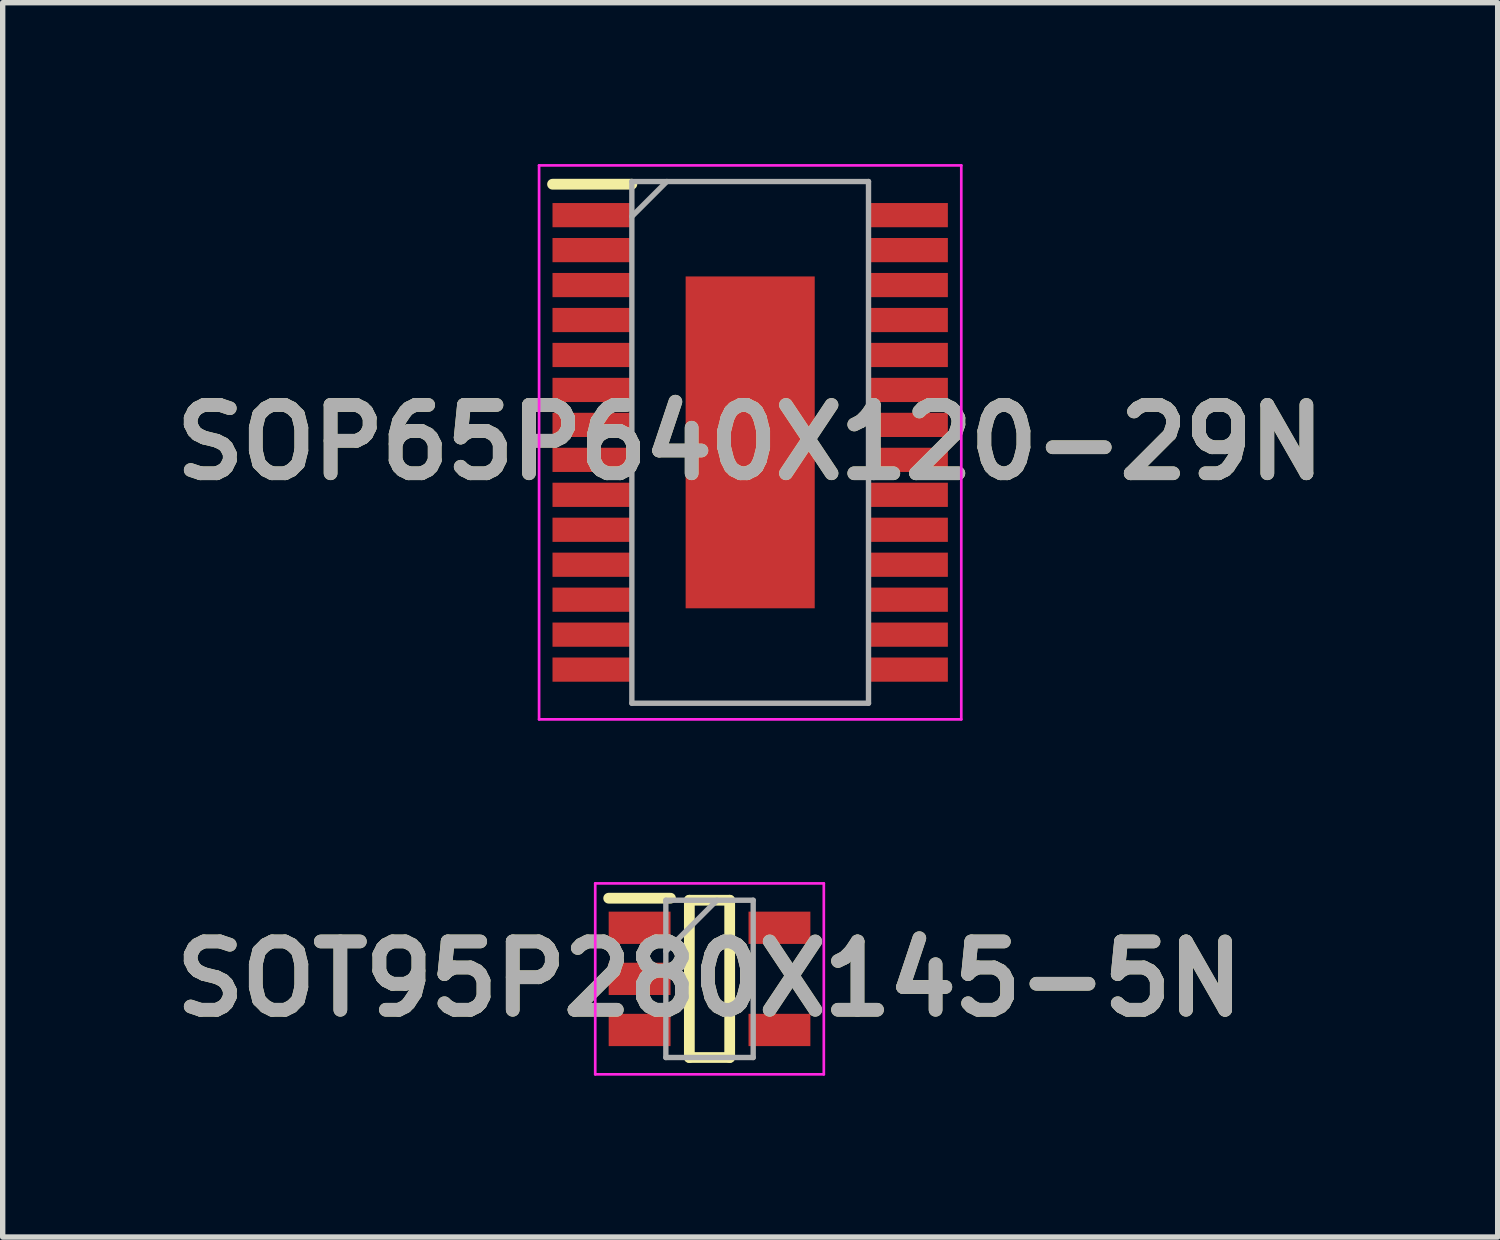
<source format=kicad_pcb>
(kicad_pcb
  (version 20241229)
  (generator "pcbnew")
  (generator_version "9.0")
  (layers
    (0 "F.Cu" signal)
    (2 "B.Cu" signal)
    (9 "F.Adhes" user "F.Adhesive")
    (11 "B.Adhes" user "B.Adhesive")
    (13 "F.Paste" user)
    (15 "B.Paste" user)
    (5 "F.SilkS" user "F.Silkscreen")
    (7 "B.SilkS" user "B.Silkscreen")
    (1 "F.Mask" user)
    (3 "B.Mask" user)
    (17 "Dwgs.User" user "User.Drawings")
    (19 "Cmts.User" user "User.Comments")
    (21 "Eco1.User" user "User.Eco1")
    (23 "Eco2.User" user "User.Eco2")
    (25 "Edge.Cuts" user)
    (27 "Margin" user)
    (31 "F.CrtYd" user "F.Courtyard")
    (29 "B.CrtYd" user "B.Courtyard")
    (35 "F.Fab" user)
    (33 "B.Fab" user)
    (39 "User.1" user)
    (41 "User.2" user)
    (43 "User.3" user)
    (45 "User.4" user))
  (footprint "SOP65P640X120-29N"
    (layer "F.Cu")
    (at 10.898 5.175)
    (property "Reference" "SOP65P640X120-29N" (at 0 0 0) (layer "F.SilkS") (effects (font (size 1.27 1.27) (thickness 0.254))))
    (attr smd)
    (fp_line (start -3.675 -4.8) (end -2.2 -4.8) (stroke (width 0.2) (type solid)) (layer "F.SilkS"))
    (fp_line (start -3.925 -5.15) (end 3.925 -5.15) (stroke (width 0.05) (type solid)) (layer "F.CrtYd"))
    (fp_line (start -3.925 5.15) (end -3.925 -5.15) (stroke (width 0.05) (type solid)) (layer "F.CrtYd"))
    (fp_line (start 3.925 -5.15) (end 3.925 5.15) (stroke (width 0.05) (type solid)) (layer "F.CrtYd"))
    (fp_line (start 3.925 5.15) (end -3.925 5.15) (stroke (width 0.05) (type solid)) (layer "F.CrtYd"))
    (fp_line (start -2.2 -4.85) (end 2.2 -4.85) (stroke (width 0.1) (type solid)) (layer "F.Fab"))
    (fp_line (start -2.2 -4.2) (end -1.55 -4.85) (stroke (width 0.1) (type solid)) (layer "F.Fab"))
    (fp_line (start -2.2 4.85) (end -2.2 -4.85) (stroke (width 0.1) (type solid)) (layer "F.Fab"))
    (fp_line (start 2.2 -4.85) (end 2.2 4.85) (stroke (width 0.1) (type solid)) (layer "F.Fab"))
    (fp_line (start 2.2 4.85) (end -2.2 4.85) (stroke (width 0.1) (type solid)) (layer "F.Fab"))
    (fp_text user "${REFERENCE}" (at 0 0 0) (layer "F.Fab") (effects (font (size 1.27 1.27) (thickness 0.254))))
    (pad "1" smd rect (at -2.938 -4.225 90) (size 0.45 1.475) (layers "F.Cu" "F.Mask" "F.Paste"))
    (pad "2" smd rect (at -2.938 -3.575 90) (size 0.45 1.475) (layers "F.Cu" "F.Mask" "F.Paste"))
    (pad "3" smd rect (at -2.938 -2.925 90) (size 0.45 1.475) (layers "F.Cu" "F.Mask" "F.Paste"))
    (pad "4" smd rect (at -2.938 -2.275 90) (size 0.45 1.475) (layers "F.Cu" "F.Mask" "F.Paste"))
    (pad "5" smd rect (at -2.938 -1.625 90) (size 0.45 1.475) (layers "F.Cu" "F.Mask" "F.Paste"))
    (pad "6" smd rect (at -2.938 -0.975 90) (size 0.45 1.475) (layers "F.Cu" "F.Mask" "F.Paste"))
    (pad "7" smd rect (at -2.938 -0.325 90) (size 0.45 1.475) (layers "F.Cu" "F.Mask" "F.Paste"))
    (pad "8" smd rect (at -2.938 0.325 90) (size 0.45 1.475) (layers "F.Cu" "F.Mask" "F.Paste"))
    (pad "9" smd rect (at -2.938 0.975 90) (size 0.45 1.475) (layers "F.Cu" "F.Mask" "F.Paste"))
    (pad "10" smd rect (at -2.938 1.625 90) (size 0.45 1.475) (layers "F.Cu" "F.Mask" "F.Paste"))
    (pad "11" smd rect (at -2.938 2.275 90) (size 0.45 1.475) (layers "F.Cu" "F.Mask" "F.Paste"))
    (pad "12" smd rect (at -2.938 2.925 90) (size 0.45 1.475) (layers "F.Cu" "F.Mask" "F.Paste"))
    (pad "13" smd rect (at -2.938 3.575 90) (size 0.45 1.475) (layers "F.Cu" "F.Mask" "F.Paste"))
    (pad "14" smd rect (at -2.938 4.225 90) (size 0.45 1.475) (layers "F.Cu" "F.Mask" "F.Paste"))
    (pad "15" smd rect (at 2.938 4.225 90) (size 0.45 1.475) (layers "F.Cu" "F.Mask" "F.Paste"))
    (pad "16" smd rect (at 2.938 3.575 90) (size 0.45 1.475) (layers "F.Cu" "F.Mask" "F.Paste"))
    (pad "17" smd rect (at 2.938 2.925 90) (size 0.45 1.475) (layers "F.Cu" "F.Mask" "F.Paste"))
    (pad "18" smd rect (at 2.938 2.275 90) (size 0.45 1.475) (layers "F.Cu" "F.Mask" "F.Paste"))
    (pad "19" smd rect (at 2.938 1.625 90) (size 0.45 1.475) (layers "F.Cu" "F.Mask" "F.Paste"))
    (pad "20" smd rect (at 2.938 0.975 90) (size 0.45 1.475) (layers "F.Cu" "F.Mask" "F.Paste"))
    (pad "21" smd rect (at 2.938 0.325 90) (size 0.45 1.475) (layers "F.Cu" "F.Mask" "F.Paste"))
    (pad "22" smd rect (at 2.938 -0.325 90) (size 0.45 1.475) (layers "F.Cu" "F.Mask" "F.Paste"))
    (pad "23" smd rect (at 2.938 -0.975 90) (size 0.45 1.475) (layers "F.Cu" "F.Mask" "F.Paste"))
    (pad "24" smd rect (at 2.938 -1.625 90) (size 0.45 1.475) (layers "F.Cu" "F.Mask" "F.Paste"))
    (pad "25" smd rect (at 2.938 -2.275 90) (size 0.45 1.475) (layers "F.Cu" "F.Mask" "F.Paste"))
    (pad "26" smd rect (at 2.938 -2.925 90) (size 0.45 1.475) (layers "F.Cu" "F.Mask" "F.Paste"))
    (pad "27" smd rect (at 2.938 -3.575 90) (size 0.45 1.475) (layers "F.Cu" "F.Mask" "F.Paste"))
    (pad "28" smd rect (at 2.938 -4.225 90) (size 0.45 1.475) (layers "F.Cu" "F.Mask" "F.Paste"))
    (pad "29" smd rect (at 0 0) (size 2.4 6.17) (layers "F.Cu" "F.Mask" "F.Paste")))
  (footprint "SOT95P280X145-5N"
    (layer "F.Cu")
    (at 10.142 15.15)
    (property "Reference" "SOT95P280X145-5N" (at 0 0 0) (layer "F.SilkS") (effects (font (size 1.27 1.27) (thickness 0.254))))
    (attr smd)
    (fp_line (start -1.875 -1.5) (end -0.725 -1.5) (stroke (width 0.2) (type solid)) (layer "F.SilkS"))
    (fp_line (start -0.375 -1.462) (end 0.375 -1.462) (stroke (width 0.2) (type solid)) (layer "F.SilkS"))
    (fp_line (start -0.375 1.462) (end -0.375 -1.462) (stroke (width 0.2) (type solid)) (layer "F.SilkS"))
    (fp_line (start 0.375 -1.462) (end 0.375 1.462) (stroke (width 0.2) (type solid)) (layer "F.SilkS"))
    (fp_line (start 0.375 1.462) (end -0.375 1.462) (stroke (width 0.2) (type solid)) (layer "F.SilkS"))
    (fp_line (start -2.125 -1.775) (end 2.125 -1.775) (stroke (width 0.05) (type solid)) (layer "F.CrtYd"))
    (fp_line (start -2.125 1.775) (end -2.125 -1.775) (stroke (width 0.05) (type solid)) (layer "F.CrtYd"))
    (fp_line (start 2.125 -1.775) (end 2.125 1.775) (stroke (width 0.05) (type solid)) (layer "F.CrtYd"))
    (fp_line (start 2.125 1.775) (end -2.125 1.775) (stroke (width 0.05) (type solid)) (layer "F.CrtYd"))
    (fp_line (start -0.812 -1.462) (end 0.812 -1.462) (stroke (width 0.1) (type solid)) (layer "F.Fab"))
    (fp_line (start -0.812 -0.512) (end 0.138 -1.462) (stroke (width 0.1) (type solid)) (layer "F.Fab"))
    (fp_line (start -0.812 1.462) (end -0.812 -1.462) (stroke (width 0.1) (type solid)) (layer "F.Fab"))
    (fp_line (start 0.812 -1.462) (end 0.812 1.462) (stroke (width 0.1) (type solid)) (layer "F.Fab"))
    (fp_line (start 0.812 1.462) (end -0.812 1.462) (stroke (width 0.1) (type solid)) (layer "F.Fab"))
    (fp_text user "${REFERENCE}" (at 0 0 0) (layer "F.Fab") (effects (font (size 1.27 1.27) (thickness 0.254))))
    (pad "1" smd rect (at -1.3 -0.95 90) (size 0.6 1.15) (layers "F.Cu" "F.Mask" "F.Paste"))
    (pad "2" smd rect (at -1.3 0 90) (size 0.6 1.15) (layers "F.Cu" "F.Mask" "F.Paste"))
    (pad "3" smd rect (at -1.3 0.95 90) (size 0.6 1.15) (layers "F.Cu" "F.Mask" "F.Paste"))
    (pad "4" smd rect (at 1.3 0.95 90) (size 0.6 1.15) (layers "F.Cu" "F.Mask" "F.Paste"))
    (pad "5" smd rect (at 1.3 -0.95 90) (size 0.6 1.15) (layers "F.Cu" "F.Mask" "F.Paste")))
  (gr_rect
    (start -3 -3)
    (end 24.796 19.95)
    (stroke (width 0.1) (type default))
    (fill no)
    (layer "Edge.Cuts")))
</source>
